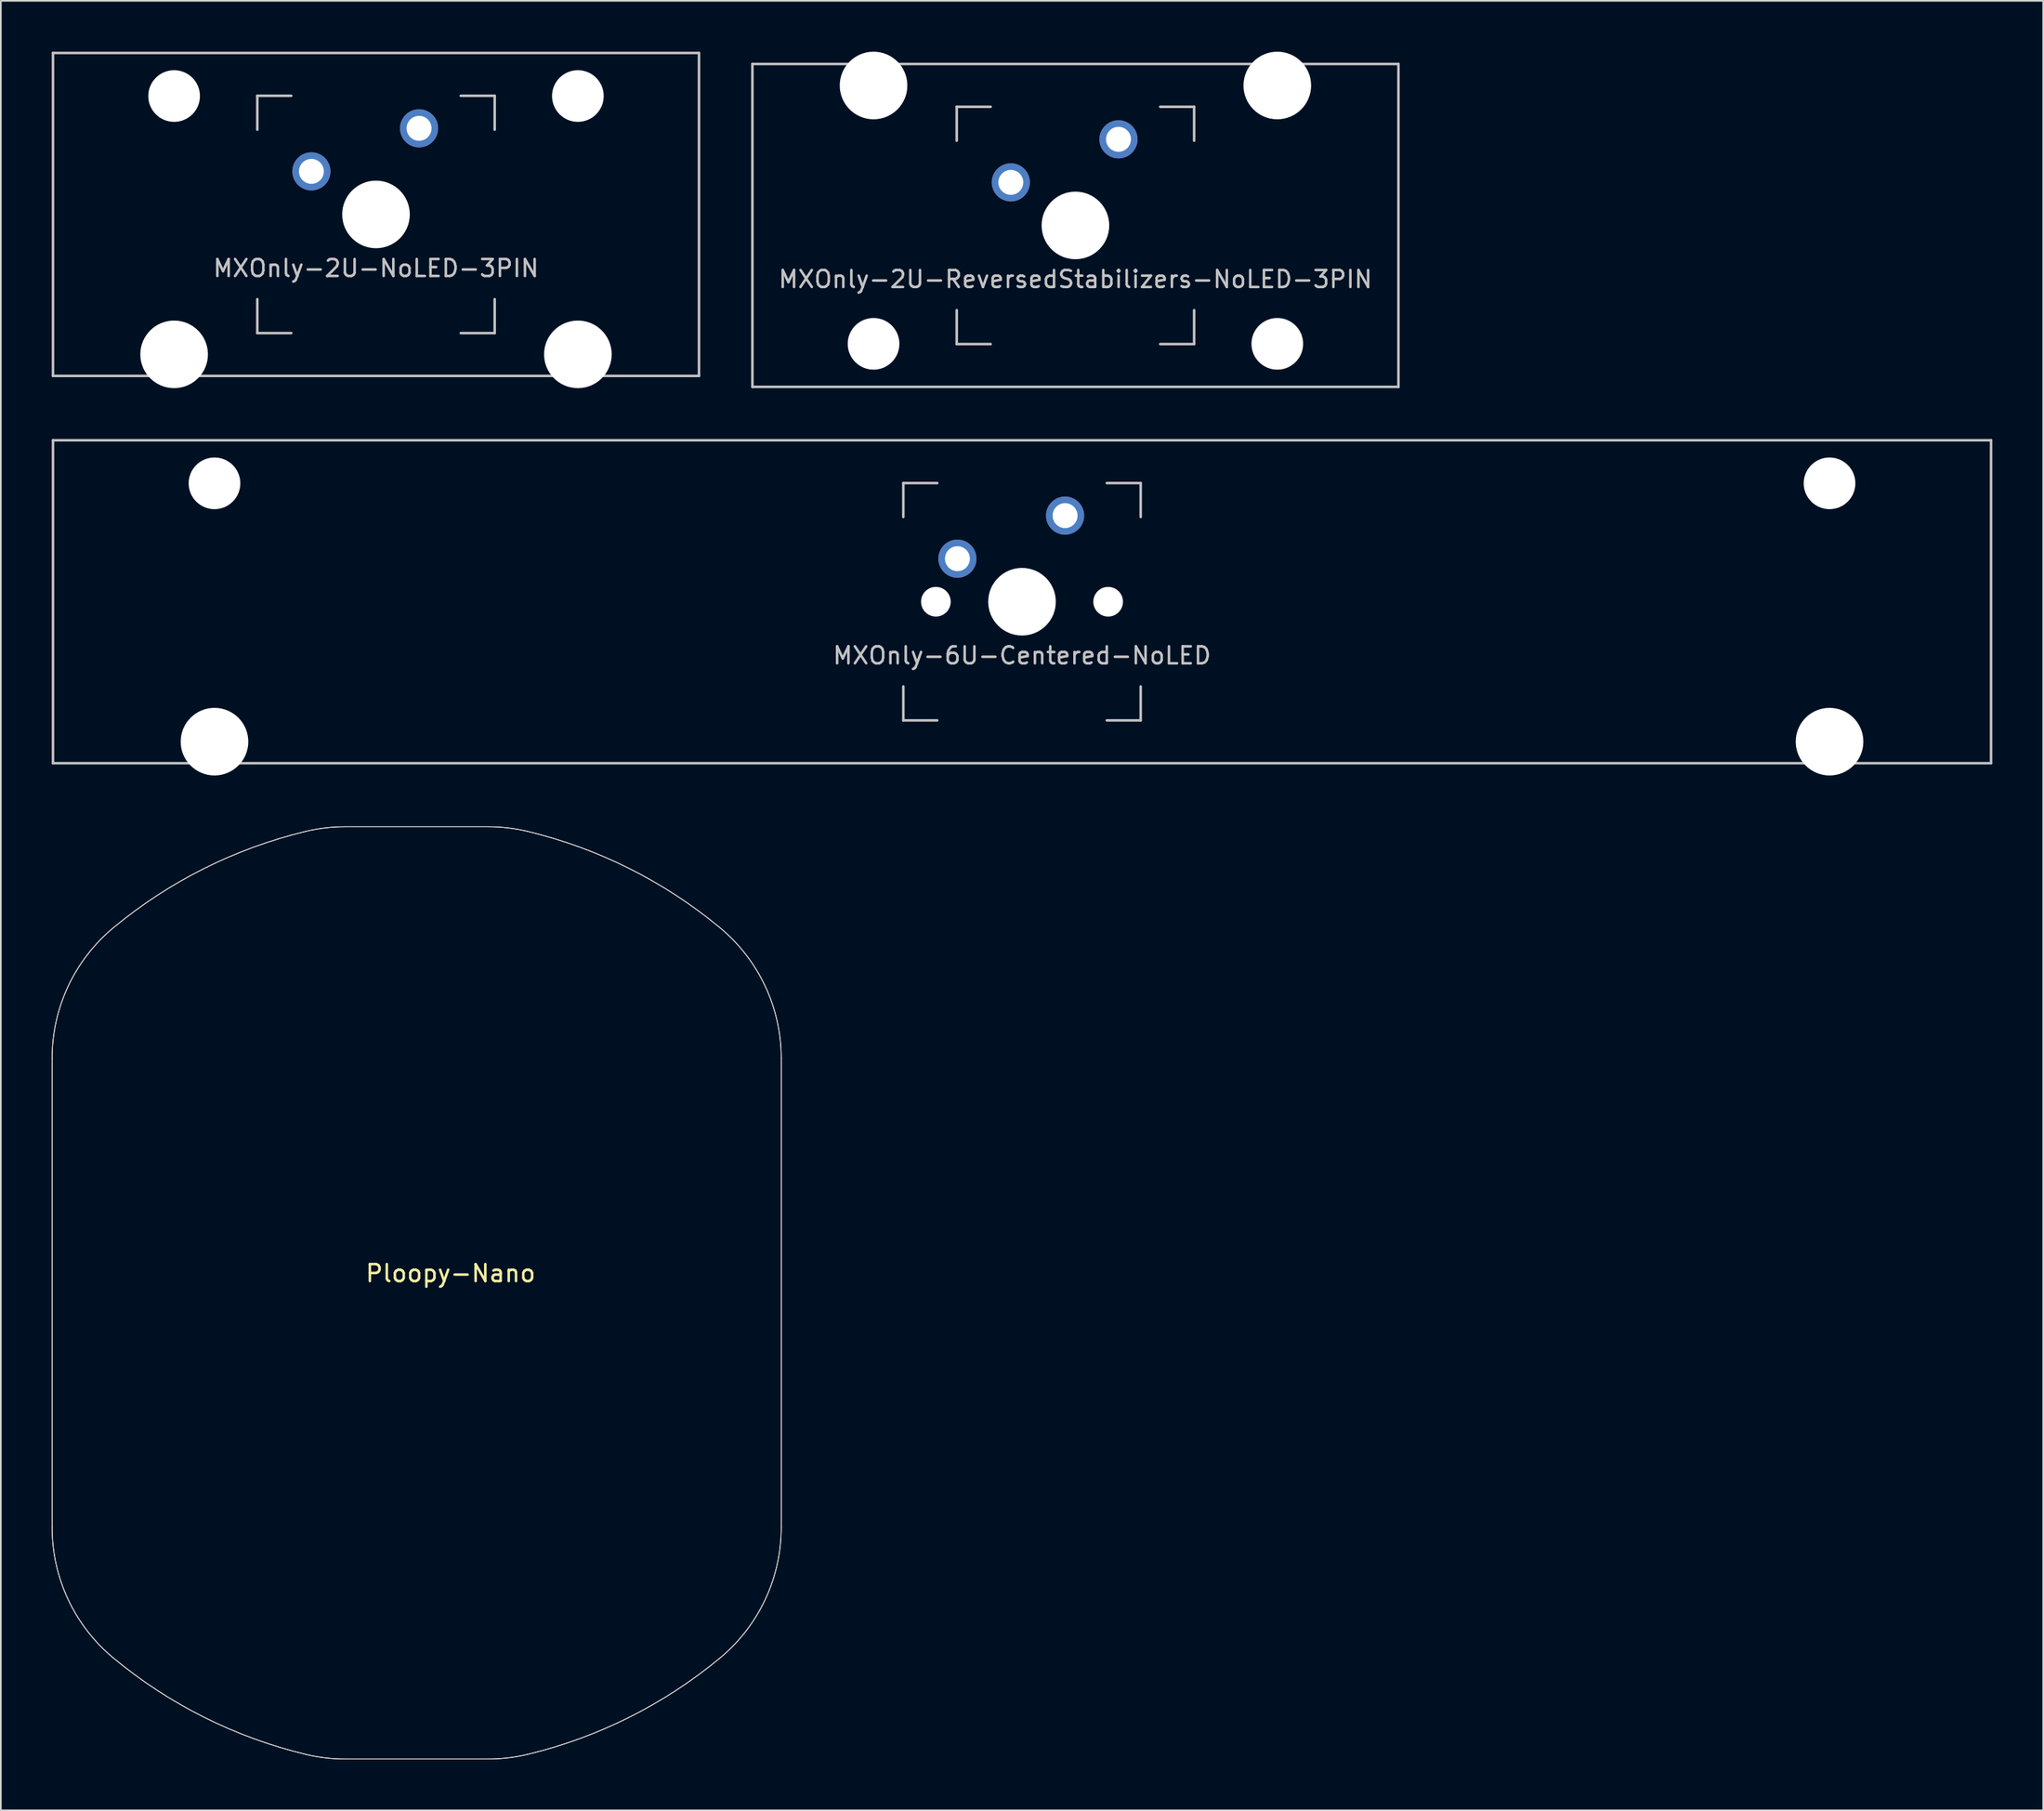
<source format=kicad_pcb>
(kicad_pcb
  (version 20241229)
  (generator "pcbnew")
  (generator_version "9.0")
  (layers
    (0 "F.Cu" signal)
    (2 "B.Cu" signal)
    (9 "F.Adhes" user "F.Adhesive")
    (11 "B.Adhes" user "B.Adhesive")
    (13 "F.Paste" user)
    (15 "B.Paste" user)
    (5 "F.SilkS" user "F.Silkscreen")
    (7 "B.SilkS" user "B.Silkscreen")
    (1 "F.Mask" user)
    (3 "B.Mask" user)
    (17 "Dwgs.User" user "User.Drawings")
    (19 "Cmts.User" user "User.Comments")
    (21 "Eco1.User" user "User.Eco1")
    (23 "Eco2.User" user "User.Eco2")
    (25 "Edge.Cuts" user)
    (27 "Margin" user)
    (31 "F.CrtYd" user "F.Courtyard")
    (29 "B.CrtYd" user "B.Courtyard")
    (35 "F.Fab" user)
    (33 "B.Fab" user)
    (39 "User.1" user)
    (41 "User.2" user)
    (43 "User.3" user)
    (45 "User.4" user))
  (footprint "MXOnly-6U-Centered-NoLED"
    (layer "F.Cu")
    (at 57.225 32.449)
    (property "Reference" "MXOnly-6U-Centered-NoLED" (at 0 3.175 0) (layer "Dwgs.User") (effects (font (size 1 1) (thickness 0.15))))
    (fp_line (start -57.15 -9.525) (end 57.15 -9.525) (stroke (width 0.15) (type solid)) (layer "Dwgs.User"))
    (fp_line (start -57.15 9.525) (end -57.15 -9.525) (stroke (width 0.15) (type solid)) (layer "Dwgs.User"))
    (fp_line (start -57.15 9.525) (end 57.15 9.525) (stroke (width 0.15) (type solid)) (layer "Dwgs.User"))
    (fp_line (start -7 -7) (end -7 -5) (stroke (width 0.15) (type solid)) (layer "Dwgs.User"))
    (fp_line (start -7 5) (end -7 7) (stroke (width 0.15) (type solid)) (layer "Dwgs.User"))
    (fp_line (start -7 7) (end -5 7) (stroke (width 0.15) (type solid)) (layer "Dwgs.User"))
    (fp_line (start -5 -7) (end -7 -7) (stroke (width 0.15) (type solid)) (layer "Dwgs.User"))
    (fp_line (start 5 -7) (end 7 -7) (stroke (width 0.15) (type solid)) (layer "Dwgs.User"))
    (fp_line (start 5 7) (end 7 7) (stroke (width 0.15) (type solid)) (layer "Dwgs.User"))
    (fp_line (start 7 -7) (end 7 -5) (stroke (width 0.15) (type solid)) (layer "Dwgs.User"))
    (fp_line (start 7 7) (end 7 5) (stroke (width 0.15) (type solid)) (layer "Dwgs.User"))
    (fp_line (start 57.15 -9.525) (end 57.15 9.525) (stroke (width 0.15) (type solid)) (layer "Dwgs.User"))
    (pad "" np_thru_hole circle (at -47.625 -6.985) (size 3.048 3.048) (drill 3.048) (layers "*.Cu" "*.Mask"))
    (pad "" np_thru_hole circle (at -47.625 8.255) (size 3.988 3.988) (drill 3.988) (layers "*.Cu" "*.Mask"))
    (pad "" np_thru_hole circle (at -5.08 0 48.1) (size 1.75 1.75) (drill 1.75) (layers "*.Cu" "*.Mask"))
    (pad "" np_thru_hole circle (at 0 0) (size 3.988 3.988) (drill 3.988) (layers "*.Cu" "*.Mask"))
    (pad "" np_thru_hole circle (at 5.08 0 48.1) (size 1.75 1.75) (drill 1.75) (layers "*.Cu" "*.Mask"))
    (pad "" np_thru_hole circle (at 47.625 -6.985) (size 3.048 3.048) (drill 3.048) (layers "*.Cu" "*.Mask"))
    (pad "" np_thru_hole circle (at 47.625 8.255) (size 3.988 3.988) (drill 3.988) (layers "*.Cu" "*.Mask"))
    (pad "1" thru_hole circle (at -3.81 -2.54) (size 2.25 2.25) (drill 1.47) (layers "*.Cu" "B.Mask"))
    (pad "2" thru_hole circle (at 2.54 -5.08) (size 2.25 2.25) (drill 1.47) (layers "*.Cu" "B.Mask")))
  (footprint "MXOnly-2U-ReversedStabilizers-NoLED-3PIN"
    (layer "F.Cu")
    (at 60.375 10.249)
    (property "Reference" "MXOnly-2U-ReversedStabilizers-NoLED-3PIN" (at 0 3.175 0) (layer "Dwgs.User") (effects (font (size 1 1) (thickness 0.15))))
    (fp_line (start -19.05 -9.525) (end 19.05 -9.525) (stroke (width 0.15) (type solid)) (layer "Dwgs.User"))
    (fp_line (start -19.05 9.525) (end -19.05 -9.525) (stroke (width 0.15) (type solid)) (layer "Dwgs.User"))
    (fp_line (start -19.05 9.525) (end 19.05 9.525) (stroke (width 0.15) (type solid)) (layer "Dwgs.User"))
    (fp_line (start -7 -7) (end -7 -5) (stroke (width 0.15) (type solid)) (layer "Dwgs.User"))
    (fp_line (start -7 5) (end -7 7) (stroke (width 0.15) (type solid)) (layer "Dwgs.User"))
    (fp_line (start -7 7) (end -5 7) (stroke (width 0.15) (type solid)) (layer "Dwgs.User"))
    (fp_line (start -5 -7) (end -7 -7) (stroke (width 0.15) (type solid)) (layer "Dwgs.User"))
    (fp_line (start 5 -7) (end 7 -7) (stroke (width 0.15) (type solid)) (layer "Dwgs.User"))
    (fp_line (start 5 7) (end 7 7) (stroke (width 0.15) (type solid)) (layer "Dwgs.User"))
    (fp_line (start 7 -7) (end 7 -5) (stroke (width 0.15) (type solid)) (layer "Dwgs.User"))
    (fp_line (start 7 7) (end 7 5) (stroke (width 0.15) (type solid)) (layer "Dwgs.User"))
    (fp_line (start 19.05 -9.525) (end 19.05 9.525) (stroke (width 0.15) (type solid)) (layer "Dwgs.User"))
    (pad "" np_thru_hole circle (at -11.906 -8.255) (size 3.988 3.988) (drill 3.988) (layers "*.Cu" "*.Mask"))
    (pad "" np_thru_hole circle (at -11.906 6.985) (size 3.048 3.048) (drill 3.048) (layers "*.Cu" "*.Mask"))
    (pad "" np_thru_hole circle (at 0 0) (size 3.988 3.988) (drill 3.988) (layers "*.Cu" "*.Mask"))
    (pad "" np_thru_hole circle (at 11.906 -8.255) (size 3.988 3.988) (drill 3.988) (layers "*.Cu" "*.Mask"))
    (pad "" np_thru_hole circle (at 11.906 6.985) (size 3.048 3.048) (drill 3.048) (layers "*.Cu" "*.Mask"))
    (pad "1" thru_hole circle (at -3.81 -2.54) (size 2.25 2.25) (drill 1.47) (layers "*.Cu" "*.Mask"))
    (pad "2" thru_hole circle (at 2.54 -5.08) (size 2.25 2.25) (drill 1.47) (layers "*.Cu" "*.Mask")))
  (footprint "Ploopy-Nano"
    (layer "F.Cu")
    (at 23.525 72.57)
    (property "Reference" "Ploopy-Nano" (at 0 -0.5 0) (unlocked yes) (layer "F.SilkS") (effects (font (size 1 1) (thickness 0.15))))
    (fp_line (start -23.5 14.5) (end -23.5 -13.194) (stroke (width 0.05) (type solid)) (layer "Edge.Cuts"))
    (fp_line (start -23.5 14.5) (end -23.5 -13.194) (stroke (width 0.05) (type solid)) (layer "Edge.Cuts"))
    (fp_line (start -6.213 -26.847) (end 2.213 -26.847) (stroke (width 0.05) (type solid)) (layer "Edge.Cuts"))
    (fp_line (start -6.213 -26.847) (end 2.213 -26.847) (stroke (width 0.05) (type solid)) (layer "Edge.Cuts"))
    (fp_line (start 2.213 28.153) (end -6.213 28.153) (stroke (width 0.05) (type solid)) (layer "Edge.Cuts"))
    (fp_line (start 2.213 28.153) (end -6.213 28.153) (stroke (width 0.05) (type solid)) (layer "Edge.Cuts"))
    (fp_line (start 19.5 -13.194) (end 19.5 14.5) (stroke (width 0.05) (type solid)) (layer "Edge.Cuts"))
    (fp_line (start 19.5 -13.194) (end 19.5 14.5) (stroke (width 0.05) (type solid)) (layer "Edge.Cuts"))
    (fp_arc (start -23.500145 -13.19417) (mid -22.55253 -17.443351) (end -19.889145 -20.887171) (stroke (width 0.05) (type solid)) (layer "Edge.Cuts"))
    (fp_arc (start -23.500145 -13.19417) (mid -22.55253 -17.443351) (end -19.889145 -20.887171) (stroke (width 0.05) (type solid)) (layer "Edge.Cuts"))
    (fp_arc (start -19.889145 -20.887172) (mid -14.547409 -24.378037) (end -8.554145 -26.569171) (stroke (width 0.05) (type solid)) (layer "Edge.Cuts"))
    (fp_arc (start -19.889145 -20.887172) (mid -14.547409 -24.378037) (end -8.554145 -26.569171) (stroke (width 0.05) (type solid)) (layer "Edge.Cuts"))
    (fp_arc (start -19.889145 22.192829) (mid -22.55253 18.74901) (end -23.500145 14.49983) (stroke (width 0.05) (type solid)) (layer "Edge.Cuts"))
    (fp_arc (start -19.889145 22.192829) (mid -22.55253 18.74901) (end -23.500145 14.49983) (stroke (width 0.05) (type solid)) (layer "Edge.Cuts"))
    (fp_arc (start -8.554146 -26.569171) (mid -7.391844 -26.777207) (end -6.213145 -26.847171) (stroke (width 0.05) (type solid)) (layer "Edge.Cuts"))
    (fp_arc (start -8.554146 -26.569171) (mid -7.391844 -26.777207) (end -6.213145 -26.847171) (stroke (width 0.05) (type solid)) (layer "Edge.Cuts"))
    (fp_arc (start -8.554145 27.874829) (mid -14.54741 25.683696) (end -19.889145 22.192829) (stroke (width 0.05) (type solid)) (layer "Edge.Cuts"))
    (fp_arc (start -8.554145 27.874829) (mid -14.54741 25.683696) (end -19.889145 22.192829) (stroke (width 0.05) (type solid)) (layer "Edge.Cuts"))
    (fp_arc (start -6.213144 28.15283) (mid -7.391843 28.082866) (end -8.554145 27.87483) (stroke (width 0.05) (type solid)) (layer "Edge.Cuts"))
    (fp_arc (start -6.213144 28.15283) (mid -7.391843 28.082866) (end -8.554145 27.87483) (stroke (width 0.05) (type solid)) (layer "Edge.Cuts"))
    (fp_arc (start 2.212853 -26.847171) (mid 3.391552 -26.777207) (end 4.553855 -26.569171) (stroke (width 0.05) (type solid)) (layer "Edge.Cuts"))
    (fp_arc (start 2.212853 -26.847171) (mid 3.391552 -26.777207) (end 4.553855 -26.569171) (stroke (width 0.05) (type solid)) (layer "Edge.Cuts"))
    (fp_arc (start 4.553855 -26.56917) (mid 10.547119 -24.378036) (end 15.888854 -20.887171) (stroke (width 0.05) (type solid)) (layer "Edge.Cuts"))
    (fp_arc (start 4.553855 -26.56917) (mid 10.547119 -24.378036) (end 15.888854 -20.887171) (stroke (width 0.05) (type solid)) (layer "Edge.Cuts"))
    (fp_arc (start 4.553855 27.874829) (mid 3.391553 28.082865) (end 2.212854 28.152829) (stroke (width 0.05) (type solid)) (layer "Edge.Cuts"))
    (fp_arc (start 4.553855 27.874829) (mid 3.391553 28.082865) (end 2.212854 28.152829) (stroke (width 0.05) (type solid)) (layer "Edge.Cuts"))
    (fp_arc (start 15.888854 -20.887172) (mid 18.552237 -17.443351) (end 19.499855 -13.194171) (stroke (width 0.05) (type solid)) (layer "Edge.Cuts"))
    (fp_arc (start 15.888854 -20.887172) (mid 18.552237 -17.443351) (end 19.499855 -13.194171) (stroke (width 0.05) (type solid)) (layer "Edge.Cuts"))
    (fp_arc (start 15.888854 22.19283) (mid 10.547119 25.683697) (end 4.553855 27.87483) (stroke (width 0.05) (type solid)) (layer "Edge.Cuts"))
    (fp_arc (start 15.888854 22.19283) (mid 10.547119 25.683697) (end 4.553855 27.87483) (stroke (width 0.05) (type solid)) (layer "Edge.Cuts"))
    (fp_arc (start 19.499854 14.49983) (mid 18.552237 18.749009) (end 15.888854 22.192829) (stroke (width 0.05) (type solid)) (layer "Edge.Cuts"))
    (fp_arc (start 19.499854 14.49983) (mid 18.552237 18.749009) (end 15.888854 22.192829) (stroke (width 0.05) (type solid)) (layer "Edge.Cuts")))
  (footprint "MXOnly-2U-NoLED-3PIN"
    (layer "F.Cu")
    (at 19.125 9.6)
    (property "Reference" "MXOnly-2U-NoLED-3PIN" (at 0 3.175 0) (layer "Dwgs.User") (effects (font (size 1 1) (thickness 0.15))))
    (fp_line (start -19.05 -9.525) (end 19.05 -9.525) (stroke (width 0.15) (type solid)) (layer "Dwgs.User"))
    (fp_line (start -19.05 9.525) (end -19.05 -9.525) (stroke (width 0.15) (type solid)) (layer "Dwgs.User"))
    (fp_line (start -19.05 9.525) (end 19.05 9.525) (stroke (width 0.15) (type solid)) (layer "Dwgs.User"))
    (fp_line (start -7 -7) (end -7 -5) (stroke (width 0.15) (type solid)) (layer "Dwgs.User"))
    (fp_line (start -7 5) (end -7 7) (stroke (width 0.15) (type solid)) (layer "Dwgs.User"))
    (fp_line (start -7 7) (end -5 7) (stroke (width 0.15) (type solid)) (layer "Dwgs.User"))
    (fp_line (start -5 -7) (end -7 -7) (stroke (width 0.15) (type solid)) (layer "Dwgs.User"))
    (fp_line (start 5 -7) (end 7 -7) (stroke (width 0.15) (type solid)) (layer "Dwgs.User"))
    (fp_line (start 5 7) (end 7 7) (stroke (width 0.15) (type solid)) (layer "Dwgs.User"))
    (fp_line (start 7 -7) (end 7 -5) (stroke (width 0.15) (type solid)) (layer "Dwgs.User"))
    (fp_line (start 7 7) (end 7 5) (stroke (width 0.15) (type solid)) (layer "Dwgs.User"))
    (fp_line (start 19.05 -9.525) (end 19.05 9.525) (stroke (width 0.15) (type solid)) (layer "Dwgs.User"))
    (pad "" np_thru_hole circle (at -11.906 -6.985) (size 3.048 3.048) (drill 3.048) (layers "*.Cu" "*.Mask"))
    (pad "" np_thru_hole circle (at -11.906 8.255) (size 3.988 3.988) (drill 3.988) (layers "*.Cu" "*.Mask"))
    (pad "" np_thru_hole circle (at 0 0) (size 3.988 3.988) (drill 3.988) (layers "*.Cu" "*.Mask"))
    (pad "" np_thru_hole circle (at 11.906 -6.985) (size 3.048 3.048) (drill 3.048) (layers "*.Cu" "*.Mask"))
    (pad "" np_thru_hole circle (at 11.906 8.255) (size 3.988 3.988) (drill 3.988) (layers "*.Cu" "*.Mask"))
    (pad "1" thru_hole circle (at -3.81 -2.54) (size 2.25 2.25) (drill 1.47) (layers "*.Cu" "*.Mask"))
    (pad "2" thru_hole circle (at 2.54 -5.08) (size 2.25 2.25) (drill 1.47) (layers "*.Cu" "*.Mask")))
  (gr_rect
    (start -3 -3)
    (end 117.45 103.748)
    (stroke (width 0.1) (type default))
    (fill no)
    (layer "Edge.Cuts")))
</source>
